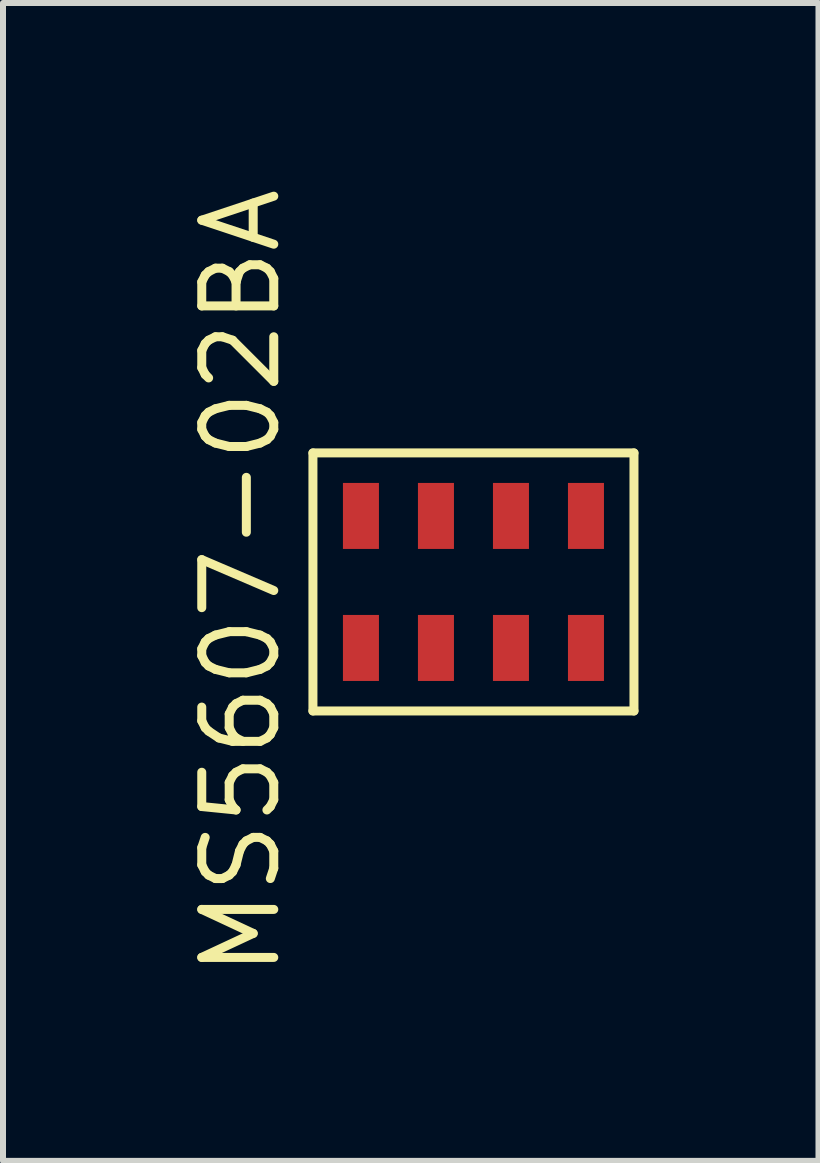
<source format=kicad_pcb>
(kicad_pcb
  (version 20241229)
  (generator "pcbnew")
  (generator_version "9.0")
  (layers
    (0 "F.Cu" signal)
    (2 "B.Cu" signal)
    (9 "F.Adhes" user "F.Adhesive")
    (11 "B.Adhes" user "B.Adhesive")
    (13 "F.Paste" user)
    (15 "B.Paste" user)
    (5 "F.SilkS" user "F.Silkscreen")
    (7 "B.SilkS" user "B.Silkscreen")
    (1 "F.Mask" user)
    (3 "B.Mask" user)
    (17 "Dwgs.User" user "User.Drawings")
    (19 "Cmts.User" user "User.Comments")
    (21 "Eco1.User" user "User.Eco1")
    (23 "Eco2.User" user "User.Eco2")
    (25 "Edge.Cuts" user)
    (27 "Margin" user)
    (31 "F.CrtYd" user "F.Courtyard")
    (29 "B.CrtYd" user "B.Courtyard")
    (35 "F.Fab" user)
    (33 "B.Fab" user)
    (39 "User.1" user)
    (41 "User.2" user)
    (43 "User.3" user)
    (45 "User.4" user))
  (footprint "MS5607-02BA"
    (layer "F.Cu")
    (at 4.84 6.648)
    (property "Reference" "MS5607-02BA" (at -3.875 0 90) (layer "F.SilkS") (effects (font (size 1.2 1.2) (thickness 0.15))))
    (attr through_hole)
    (fp_line (start -2.675 -2.15) (end -2.675 2.15) (stroke (width 0.15) (type solid)) (layer "F.SilkS"))
    (fp_line (start -2.675 2.15) (end 2.675 2.15) (stroke (width 0.15) (type solid)) (layer "F.SilkS"))
    (fp_line (start 2.675 -2.15) (end -2.675 -2.15) (stroke (width 0.15) (type solid)) (layer "F.SilkS"))
    (fp_line (start 2.675 2.15) (end 2.675 -2.15) (stroke (width 0.15) (type solid)) (layer "F.SilkS"))
    (pad "1" smd rect (at -1.875 1.1) (size 0.6 1.1) (layers "F.Cu" "F.Mask" "F.Paste"))
    (pad "2" smd rect (at -0.625 1.1) (size 0.6 1.1) (layers "F.Cu" "F.Mask" "F.Paste"))
    (pad "3" smd rect (at 0.625 1.1) (size 0.6 1.1) (layers "F.Cu" "F.Mask" "F.Paste"))
    (pad "4" smd rect (at 1.875 1.1) (size 0.6 1.1) (layers "F.Cu" "F.Mask" "F.Paste"))
    (pad "5" smd rect (at 1.875 -1.1) (size 0.6 1.1) (layers "F.Cu" "F.Mask" "F.Paste"))
    (pad "6" smd rect (at 0.625 -1.1) (size 0.6 1.1) (layers "F.Cu" "F.Mask" "F.Paste"))
    (pad "7" smd rect (at -0.625 -1.1) (size 0.6 1.1) (layers "F.Cu" "F.Mask" "F.Paste"))
    (pad "8" smd rect (at -1.875 -1.1) (size 0.6 1.1) (layers "F.Cu" "F.Mask" "F.Paste")))
  (gr_rect
    (start -3 -3)
    (end 10.59 16.296)
    (stroke (width 0.1) (type default))
    (fill no)
    (layer "Edge.Cuts")))
</source>
